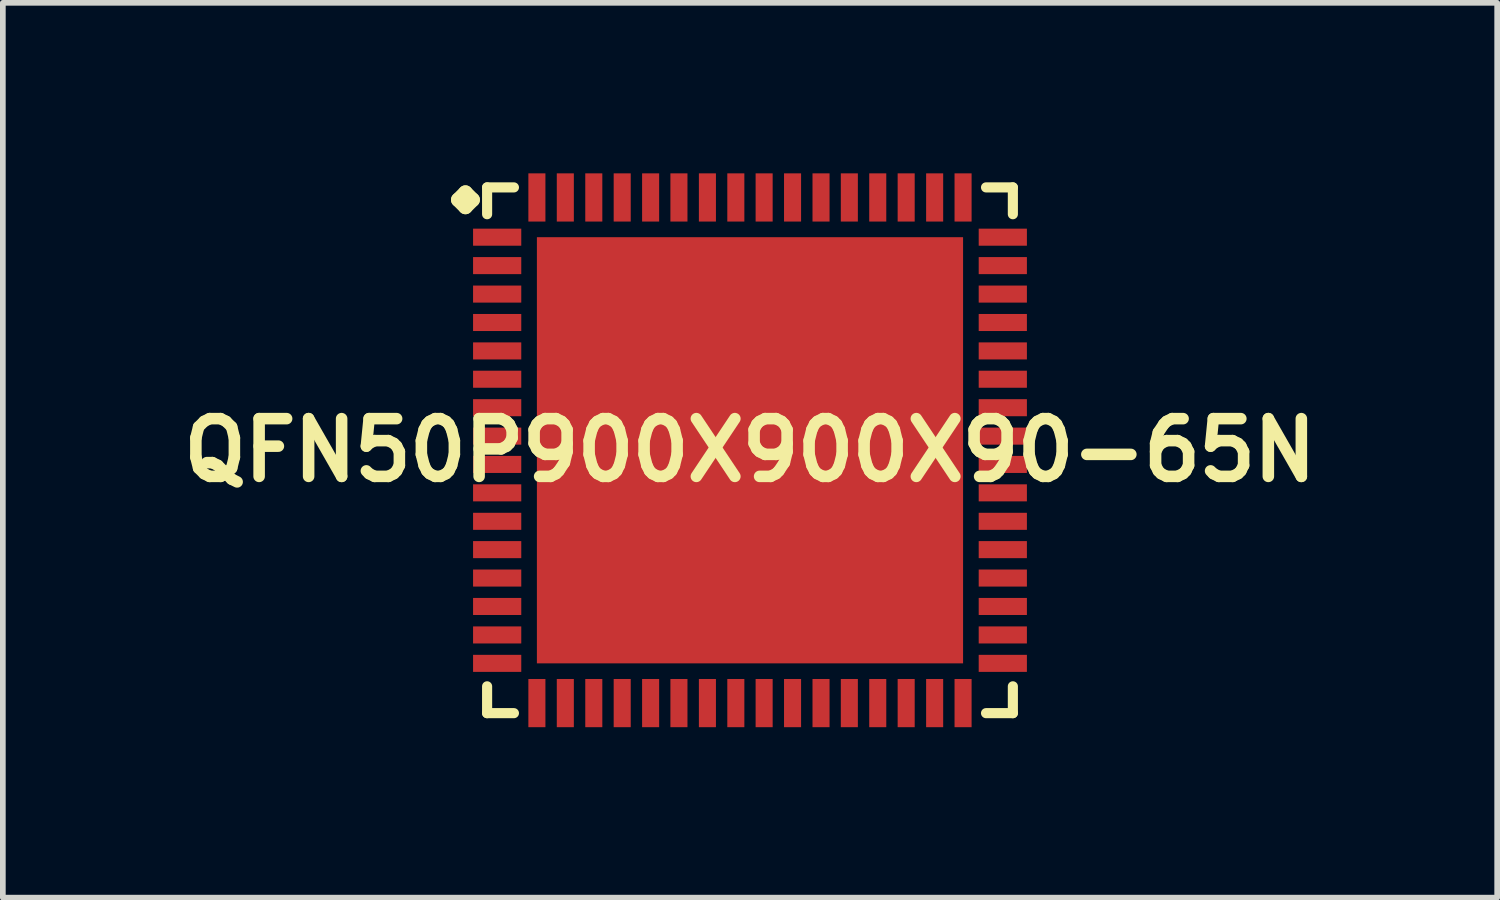
<source format=kicad_pcb>
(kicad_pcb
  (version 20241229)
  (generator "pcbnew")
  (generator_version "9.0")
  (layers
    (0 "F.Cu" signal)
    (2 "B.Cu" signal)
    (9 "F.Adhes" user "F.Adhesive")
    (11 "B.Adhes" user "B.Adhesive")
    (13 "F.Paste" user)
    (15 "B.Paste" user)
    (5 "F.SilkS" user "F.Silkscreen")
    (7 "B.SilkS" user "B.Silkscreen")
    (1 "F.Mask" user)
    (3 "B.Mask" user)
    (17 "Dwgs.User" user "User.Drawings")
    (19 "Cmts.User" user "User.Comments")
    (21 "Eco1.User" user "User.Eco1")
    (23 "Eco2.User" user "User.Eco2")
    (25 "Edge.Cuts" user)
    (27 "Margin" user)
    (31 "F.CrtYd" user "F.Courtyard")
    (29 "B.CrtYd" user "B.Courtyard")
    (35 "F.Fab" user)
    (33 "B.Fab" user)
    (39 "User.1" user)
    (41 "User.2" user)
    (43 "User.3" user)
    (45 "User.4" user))
  (footprint "QFN50P900X900X90-65N"
    (layer "F.Cu")
    (at 10.145 4.872)
    (property "Reference" "QFN50P900X900X90-65N" (at 0 0 0) (layer "F.SilkS") (effects (font (size 1.016 1.016) (thickness 0.203))))
    (attr smd)
    (fp_line (start -5.133 -4.407) (end -5.006 -4.534) (stroke (width 0.254) (type solid)) (layer "F.SilkS"))
    (fp_line (start -5.006 -4.534) (end -4.879 -4.407) (stroke (width 0.254) (type solid)) (layer "F.SilkS"))
    (fp_line (start -5.006 -4.28) (end -5.133 -4.407) (stroke (width 0.254) (type solid)) (layer "F.SilkS"))
    (fp_line (start -4.879 -4.407) (end -5.006 -4.28) (stroke (width 0.254) (type solid)) (layer "F.SilkS"))
    (fp_line (start -4.625 -4.625) (end -4.153 -4.625) (stroke (width 0.178) (type solid)) (layer "F.SilkS"))
    (fp_line (start -4.625 -4.153) (end -4.625 -4.625) (stroke (width 0.178) (type solid)) (layer "F.SilkS"))
    (fp_line (start -4.625 4.153) (end -4.625 4.625) (stroke (width 0.178) (type solid)) (layer "F.SilkS"))
    (fp_line (start -4.625 4.625) (end -4.153 4.625) (stroke (width 0.178) (type solid)) (layer "F.SilkS"))
    (fp_line (start 4.153 -4.625) (end 4.625 -4.625) (stroke (width 0.178) (type solid)) (layer "F.SilkS"))
    (fp_line (start 4.153 4.625) (end 4.625 4.625) (stroke (width 0.178) (type solid)) (layer "F.SilkS"))
    (fp_line (start 4.625 -4.625) (end 4.625 -4.153) (stroke (width 0.178) (type solid)) (layer "F.SilkS"))
    (fp_line (start 4.625 4.625) (end 4.625 4.153) (stroke (width 0.178) (type solid)) (layer "F.SilkS"))
    (pad "1" smd rect (at -4.448 -3.749) (size 0.848 0.3) (layers "F.Cu" "F.Mask" "F.Paste"))
    (pad "2" smd rect (at -4.448 -3.249) (size 0.848 0.3) (layers "F.Cu" "F.Mask" "F.Paste"))
    (pad "3" smd rect (at -4.448 -2.748) (size 0.848 0.3) (layers "F.Cu" "F.Mask" "F.Paste"))
    (pad "4" smd rect (at -4.448 -2.248) (size 0.848 0.3) (layers "F.Cu" "F.Mask" "F.Paste"))
    (pad "5" smd rect (at -4.448 -1.748) (size 0.848 0.3) (layers "F.Cu" "F.Mask" "F.Paste"))
    (pad "6" smd rect (at -4.448 -1.25) (size 0.848 0.3) (layers "F.Cu" "F.Mask" "F.Paste"))
    (pad "7" smd rect (at -4.448 -0.749) (size 0.848 0.3) (layers "F.Cu" "F.Mask" "F.Paste"))
    (pad "8" smd rect (at -4.448 -0.249) (size 0.848 0.3) (layers "F.Cu" "F.Mask" "F.Paste"))
    (pad "9" smd rect (at -4.448 0.249) (size 0.848 0.3) (layers "F.Cu" "F.Mask" "F.Paste"))
    (pad "10" smd rect (at -4.448 0.749) (size 0.848 0.3) (layers "F.Cu" "F.Mask" "F.Paste"))
    (pad "11" smd rect (at -4.448 1.25) (size 0.848 0.3) (layers "F.Cu" "F.Mask" "F.Paste"))
    (pad "12" smd rect (at -4.448 1.748) (size 0.848 0.3) (layers "F.Cu" "F.Mask" "F.Paste"))
    (pad "13" smd rect (at -4.448 2.248) (size 0.848 0.3) (layers "F.Cu" "F.Mask" "F.Paste"))
    (pad "14" smd rect (at -4.448 2.748) (size 0.848 0.3) (layers "F.Cu" "F.Mask" "F.Paste"))
    (pad "15" smd rect (at -4.448 3.249) (size 0.848 0.3) (layers "F.Cu" "F.Mask" "F.Paste"))
    (pad "16" smd rect (at -4.448 3.749) (size 0.848 0.3) (layers "F.Cu" "F.Mask" "F.Paste"))
    (pad "17" smd rect (at -3.749 4.448) (size 0.3 0.848) (layers "F.Cu" "F.Mask" "F.Paste"))
    (pad "18" smd rect (at -3.249 4.448) (size 0.3 0.848) (layers "F.Cu" "F.Mask" "F.Paste"))
    (pad "19" smd rect (at -2.748 4.448) (size 0.3 0.848) (layers "F.Cu" "F.Mask" "F.Paste"))
    (pad "20" smd rect (at -2.248 4.448) (size 0.3 0.848) (layers "F.Cu" "F.Mask" "F.Paste"))
    (pad "21" smd rect (at -1.748 4.448) (size 0.3 0.848) (layers "F.Cu" "F.Mask" "F.Paste"))
    (pad "22" smd rect (at -1.25 4.448) (size 0.3 0.848) (layers "F.Cu" "F.Mask" "F.Paste"))
    (pad "23" smd rect (at -0.749 4.448) (size 0.3 0.848) (layers "F.Cu" "F.Mask" "F.Paste"))
    (pad "24" smd rect (at -0.249 4.448) (size 0.3 0.848) (layers "F.Cu" "F.Mask" "F.Paste"))
    (pad "25" smd rect (at 0.249 4.448) (size 0.3 0.848) (layers "F.Cu" "F.Mask" "F.Paste"))
    (pad "26" smd rect (at 0.749 4.448) (size 0.3 0.848) (layers "F.Cu" "F.Mask" "F.Paste"))
    (pad "27" smd rect (at 1.25 4.448) (size 0.3 0.848) (layers "F.Cu" "F.Mask" "F.Paste"))
    (pad "28" smd rect (at 1.748 4.448) (size 0.3 0.848) (layers "F.Cu" "F.Mask" "F.Paste"))
    (pad "29" smd rect (at 2.248 4.448) (size 0.3 0.848) (layers "F.Cu" "F.Mask" "F.Paste"))
    (pad "30" smd rect (at 2.748 4.448) (size 0.3 0.848) (layers "F.Cu" "F.Mask" "F.Paste"))
    (pad "31" smd rect (at 3.249 4.448) (size 0.3 0.848) (layers "F.Cu" "F.Mask" "F.Paste"))
    (pad "32" smd rect (at 3.749 4.448) (size 0.3 0.848) (layers "F.Cu" "F.Mask" "F.Paste"))
    (pad "33" smd rect (at 4.448 3.749) (size 0.848 0.3) (layers "F.Cu" "F.Mask" "F.Paste"))
    (pad "34" smd rect (at 4.448 3.249) (size 0.848 0.3) (layers "F.Cu" "F.Mask" "F.Paste"))
    (pad "35" smd rect (at 4.448 2.748) (size 0.848 0.3) (layers "F.Cu" "F.Mask" "F.Paste"))
    (pad "36" smd rect (at 4.448 2.248) (size 0.848 0.3) (layers "F.Cu" "F.Mask" "F.Paste"))
    (pad "37" smd rect (at 4.448 1.748) (size 0.848 0.3) (layers "F.Cu" "F.Mask" "F.Paste"))
    (pad "38" smd rect (at 4.448 1.25) (size 0.848 0.3) (layers "F.Cu" "F.Mask" "F.Paste"))
    (pad "39" smd rect (at 4.448 0.749) (size 0.848 0.3) (layers "F.Cu" "F.Mask" "F.Paste"))
    (pad "40" smd rect (at 4.448 0.249) (size 0.848 0.3) (layers "F.Cu" "F.Mask" "F.Paste"))
    (pad "41" smd rect (at 4.448 -0.249) (size 0.848 0.3) (layers "F.Cu" "F.Mask" "F.Paste"))
    (pad "42" smd rect (at 4.448 -0.749) (size 0.848 0.3) (layers "F.Cu" "F.Mask" "F.Paste"))
    (pad "43" smd rect (at 4.448 -1.25) (size 0.848 0.3) (layers "F.Cu" "F.Mask" "F.Paste"))
    (pad "44" smd rect (at 4.448 -1.748) (size 0.848 0.3) (layers "F.Cu" "F.Mask" "F.Paste"))
    (pad "45" smd rect (at 4.448 -2.248) (size 0.848 0.3) (layers "F.Cu" "F.Mask" "F.Paste"))
    (pad "46" smd rect (at 4.448 -2.748) (size 0.848 0.3) (layers "F.Cu" "F.Mask" "F.Paste"))
    (pad "47" smd rect (at 4.448 -3.249) (size 0.848 0.3) (layers "F.Cu" "F.Mask" "F.Paste"))
    (pad "48" smd rect (at 4.448 -3.749) (size 0.848 0.3) (layers "F.Cu" "F.Mask" "F.Paste"))
    (pad "49" smd rect (at 3.749 -4.448) (size 0.3 0.848) (layers "F.Cu" "F.Mask" "F.Paste"))
    (pad "50" smd rect (at 3.249 -4.448) (size 0.3 0.848) (layers "F.Cu" "F.Mask" "F.Paste"))
    (pad "51" smd rect (at 2.748 -4.448) (size 0.3 0.848) (layers "F.Cu" "F.Mask" "F.Paste"))
    (pad "52" smd rect (at 2.248 -4.448) (size 0.3 0.848) (layers "F.Cu" "F.Mask" "F.Paste"))
    (pad "53" smd rect (at 1.748 -4.448) (size 0.3 0.848) (layers "F.Cu" "F.Mask" "F.Paste"))
    (pad "54" smd rect (at 1.25 -4.448) (size 0.3 0.848) (layers "F.Cu" "F.Mask" "F.Paste"))
    (pad "55" smd rect (at 0.749 -4.448) (size 0.3 0.848) (layers "F.Cu" "F.Mask" "F.Paste"))
    (pad "56" smd rect (at 0.249 -4.448) (size 0.3 0.848) (layers "F.Cu" "F.Mask" "F.Paste"))
    (pad "57" smd rect (at -0.249 -4.448) (size 0.3 0.848) (layers "F.Cu" "F.Mask" "F.Paste"))
    (pad "58" smd rect (at -0.749 -4.448) (size 0.3 0.848) (layers "F.Cu" "F.Mask" "F.Paste"))
    (pad "59" smd rect (at -1.25 -4.448) (size 0.3 0.848) (layers "F.Cu" "F.Mask" "F.Paste"))
    (pad "60" smd rect (at -1.748 -4.448) (size 0.3 0.848) (layers "F.Cu" "F.Mask" "F.Paste"))
    (pad "61" smd rect (at -2.248 -4.448) (size 0.3 0.848) (layers "F.Cu" "F.Mask" "F.Paste"))
    (pad "62" smd rect (at -2.748 -4.448) (size 0.3 0.848) (layers "F.Cu" "F.Mask" "F.Paste"))
    (pad "63" smd rect (at -3.249 -4.448) (size 0.3 0.848) (layers "F.Cu" "F.Mask" "F.Paste"))
    (pad "64" smd rect (at -3.749 -4.448) (size 0.3 0.848) (layers "F.Cu" "F.Mask" "F.Paste"))
    (pad "65" smd rect (at 0 0) (size 7.498 7.498) (layers "F.Cu" "F.Mask" "F.Paste")))
  (gr_rect
    (start -3 -3)
    (end 23.291 12.743)
    (stroke (width 0.1) (type default))
    (fill no)
    (layer "Edge.Cuts")))
</source>
